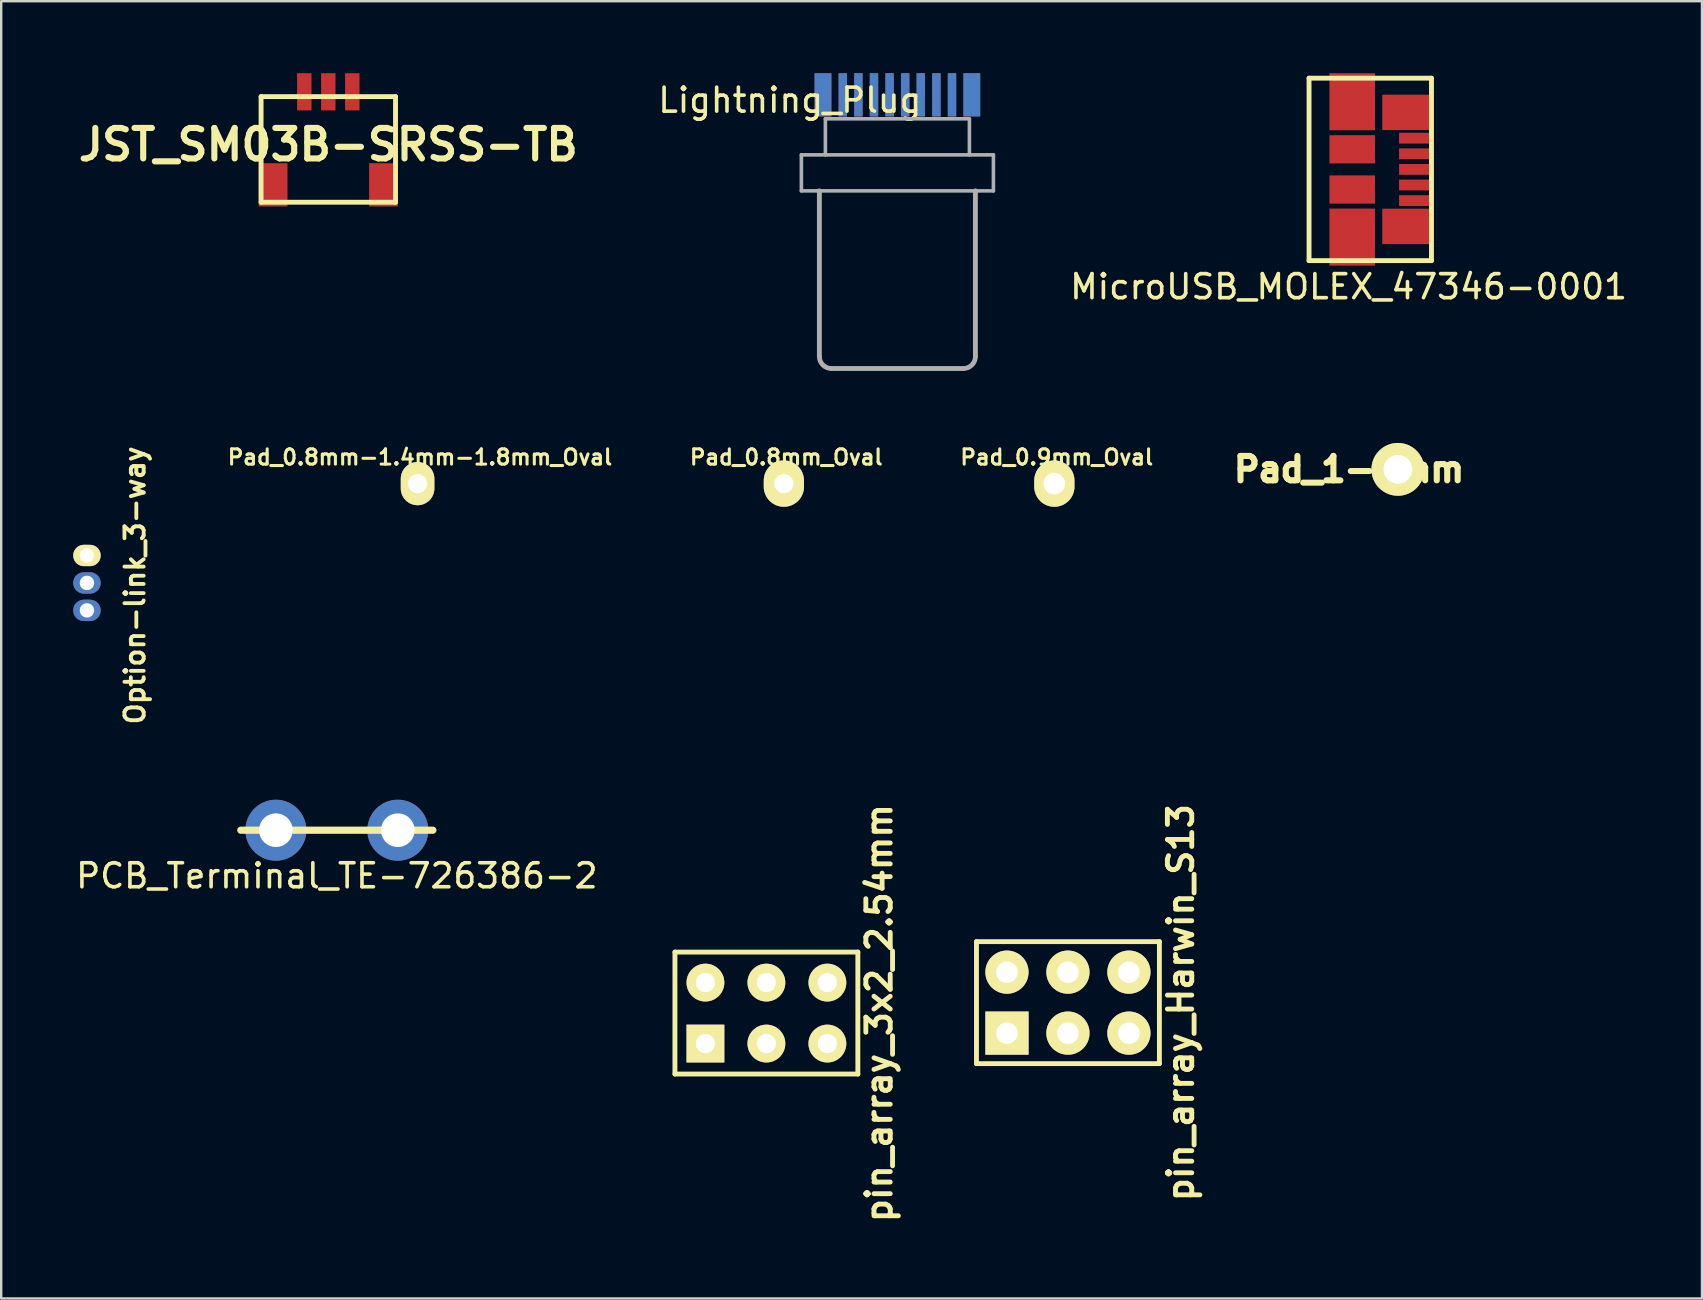
<source format=kicad_pcb>
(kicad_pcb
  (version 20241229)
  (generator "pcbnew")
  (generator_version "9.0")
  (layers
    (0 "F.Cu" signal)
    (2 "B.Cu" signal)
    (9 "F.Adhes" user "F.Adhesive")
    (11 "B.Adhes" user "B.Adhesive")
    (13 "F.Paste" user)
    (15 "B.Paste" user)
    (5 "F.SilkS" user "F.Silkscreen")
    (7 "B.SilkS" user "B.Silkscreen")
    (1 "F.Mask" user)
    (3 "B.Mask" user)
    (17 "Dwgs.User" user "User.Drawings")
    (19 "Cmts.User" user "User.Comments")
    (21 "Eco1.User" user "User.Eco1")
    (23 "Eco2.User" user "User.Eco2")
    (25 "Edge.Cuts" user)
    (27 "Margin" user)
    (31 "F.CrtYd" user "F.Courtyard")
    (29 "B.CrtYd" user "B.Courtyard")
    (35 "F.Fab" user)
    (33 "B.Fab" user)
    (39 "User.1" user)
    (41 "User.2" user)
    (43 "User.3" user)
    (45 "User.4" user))
  (footprint "JST_SM03B-SRSS-TB"
    (layer "F.Cu")
    (at 10.626 1.775)
    (property "Reference" "JST_SM03B-SRSS-TB" (at 0 1.2 0) (layer "F.SilkS") (effects (font (size 1.27 1.27) (thickness 0.254))))
    (attr through_hole)
    (fp_line (start -2.8 -0.8) (end 2.8 -0.8) (stroke (width 0.203) (type solid)) (layer "F.SilkS"))
    (fp_line (start -2.8 3.6) (end -2.8 -0.8) (stroke (width 0.203) (type solid)) (layer "F.SilkS"))
    (fp_line (start 2.8 -0.8) (end 2.8 3.6) (stroke (width 0.203) (type solid)) (layer "F.SilkS"))
    (fp_line (start 2.8 3.6) (end -2.8 3.6) (stroke (width 0.203) (type solid)) (layer "F.SilkS"))
    (pad "1" smd rect (at -1 -1) (size 0.6 1.55) (layers "F.Cu" "F.Mask" "F.Paste"))
    (pad "2" smd rect (at 0 -1) (size 0.6 1.55) (layers "F.Cu" "F.Mask" "F.Paste"))
    (pad "3" smd rect (at 1 -1) (size 0.6 1.55) (layers "F.Cu" "F.Mask" "F.Paste"))
    (pad "4" smd rect (at -2.3 2.875) (size 1.2 1.8) (layers "F.Cu" "F.Mask" "F.Paste"))
    (pad "5" smd rect (at 2.3 2.875) (size 1.2 1.8) (layers "F.Cu" "F.Mask" "F.Paste")))
  (footprint "pin_array_3x2_2.54mm"
    (layer "F.Cu")
    (at 28.876 39.152)
    (property "Reference" "pin_array_3x2_2.54mm" (at 4.699 0 90) (layer "F.SilkS") (effects (font (size 1.016 1.016) (thickness 0.203))))
    (attr through_hole)
    (fp_line (start -3.81 -2.54) (end 3.81 -2.54) (stroke (width 0.203) (type solid)) (layer "F.SilkS"))
    (fp_line (start -3.81 2.54) (end -3.81 -2.54) (stroke (width 0.203) (type solid)) (layer "F.SilkS"))
    (fp_line (start 3.81 -2.54) (end 3.81 2.54) (stroke (width 0.203) (type solid)) (layer "F.SilkS"))
    (fp_line (start 3.81 2.54) (end -3.81 2.54) (stroke (width 0.203) (type solid)) (layer "F.SilkS"))
    (pad "1" thru_hole rect (at -2.54 1.27) (size 1.575 1.575) (drill 0.8) (layers "*.Cu" "*.Mask" "F.SilkS"))
    (pad "2" thru_hole circle (at -2.54 -1.27) (size 1.575 1.575) (drill 0.8) (layers "*.Cu" "*.Mask" "F.SilkS"))
    (pad "3" thru_hole circle (at 0 1.27) (size 1.575 1.575) (drill 0.8) (layers "*.Cu" "*.Mask" "F.SilkS"))
    (pad "4" thru_hole circle (at 0 -1.27) (size 1.575 1.575) (drill 0.8) (layers "*.Cu" "*.Mask" "F.SilkS"))
    (pad "5" thru_hole circle (at 2.54 1.27) (size 1.575 1.575) (drill 0.8) (layers "*.Cu" "*.Mask" "F.SilkS"))
    (pad "6" thru_hole circle (at 2.54 -1.27) (size 1.575 1.575) (drill 0.8) (layers "*.Cu" "*.Mask" "F.SilkS")))
  (footprint "Pad_0.8mm-1.4mm-1.8mm_Oval"
    (layer "F.Cu")
    (at 14.345 17.096)
    (property "Reference" "Pad_0.8mm-1.4mm-1.8mm_Oval" (at 0.1 -1.1 0) (layer "F.SilkS") (effects (font (size 0.635 0.635) (thickness 0.127))))
    (attr through_hole)
    (pad "1" thru_hole oval (at 0 0) (size 1.4 1.8) (drill 0.8) (layers "*.Cu" "*.Mask" "F.SilkS")))
  (footprint "Pad_1-2mm"
    (layer "F.Cu")
    (at 55.181 16.502)
    (property "Reference" "Pad_1-2mm" (at -2.032 0 0) (layer "F.SilkS") (effects (font (size 1.016 1.016) (thickness 0.254))))
    (attr through_hole)
    (pad "1" thru_hole circle (at 0 0) (size 2.2 2.2) (drill 1.2) (layers "*.Cu" "*.Mask" "F.SilkS")))
  (footprint "Pad_0.8mm_Oval"
    (layer "F.Cu")
    (at 29.604 17.096)
    (property "Reference" "Pad_0.8mm_Oval" (at 0.1 -1.1 0) (layer "F.SilkS") (effects (font (size 0.635 0.635) (thickness 0.127))))
    (attr through_hole)
    (pad "1" thru_hole oval (at 0 0) (size 1.676 1.93) (drill 0.8) (layers "*.Cu" "*.Mask" "F.SilkS")))
  (footprint "MicroUSB_MOLEX_47346-0001"
    (layer "F.Cu")
    (at 53.281 4.007)
    (property "Reference" "MicroUSB_MOLEX_47346-0001" (at -0.152 4.887 0) (layer "F.SilkS") (effects (font (size 1 1) (thickness 0.15))))
    (attr through_hole)
    (fp_line (start -1.8 -3.8) (end -1.8 3.8) (stroke (width 0.203) (type solid)) (layer "F.SilkS"))
    (fp_line (start -1.8 3.8) (end 3.3 3.8) (stroke (width 0.203) (type solid)) (layer "F.SilkS"))
    (fp_line (start 3.3 -3.8) (end -1.8 -3.8) (stroke (width 0.203) (type solid)) (layer "F.SilkS"))
    (fp_line (start 3.3 3.8) (end 3.3 -3.8) (stroke (width 0.203) (type solid)) (layer "F.SilkS"))
    (pad "1" smd rect (at 2.65 -1.3) (size 1.4 0.45) (layers "F.Cu" "F.Mask" "F.Paste"))
    (pad "2" smd rect (at 2.65 -0.65) (size 1.4 0.45) (layers "F.Cu" "F.Mask" "F.Paste"))
    (pad "3" smd rect (at 2.65 0) (size 1.4 0.45) (layers "F.Cu" "F.Mask" "F.Paste"))
    (pad "4" smd rect (at 2.65 0.65) (size 1.4 0.45) (layers "F.Cu" "F.Mask" "F.Paste"))
    (pad "5" smd rect (at 2.65 1.3) (size 1.4 0.45) (layers "F.Cu" "F.Mask" "F.Paste"))
    (pad "6" smd rect (at 0 -2.819) (size 1.9 2.375) (layers "F.Cu" "F.Mask" "F.Paste"))
    (pad "6" smd rect (at 0 -0.838) (size 1.9 1.175) (layers "F.Cu" "F.Mask" "F.Paste"))
    (pad "6" smd rect (at 0 0.838) (size 1.9 1.175) (layers "F.Cu" "F.Mask" "F.Paste"))
    (pad "6" smd rect (at 0 2.819) (size 1.9 2.375) (layers "F.Cu" "F.Mask" "F.Paste"))
    (pad "6" smd rect (at 2.3 -2.375) (size 2.1 1.475) (layers "F.Cu" "F.Mask" "F.Paste"))
    (pad "6" smd rect (at 2.3 2.375) (size 2.1 1.475) (layers "F.Cu" "F.Mask" "F.Paste")))
  (footprint "pin_array_Harwin_S13"
    (layer "F.Cu")
    (at 41.437 38.717)
    (property "Reference" "pin_array_Harwin_S13" (at 4.699 0 90) (layer "F.SilkS") (effects (font (size 1.016 1.016) (thickness 0.203))))
    (attr through_hole)
    (fp_line (start -3.81 -2.54) (end 3.81 -2.54) (stroke (width 0.203) (type solid)) (layer "F.SilkS"))
    (fp_line (start -3.81 2.54) (end -3.81 -2.54) (stroke (width 0.203) (type solid)) (layer "F.SilkS"))
    (fp_line (start 3.81 -2.54) (end 3.81 2.54) (stroke (width 0.203) (type solid)) (layer "F.SilkS"))
    (fp_line (start 3.81 2.54) (end -3.81 2.54) (stroke (width 0.203) (type solid)) (layer "F.SilkS"))
    (pad "1" thru_hole rect (at -2.54 1.27) (size 1.8 1.8) (drill 0.9) (layers "*.Cu" "*.Mask" "F.SilkS"))
    (pad "2" thru_hole circle (at -2.54 -1.27) (size 1.8 1.8) (drill 0.9) (layers "*.Cu" "*.Mask" "F.SilkS"))
    (pad "3" thru_hole circle (at 0 1.27) (size 1.8 1.8) (drill 0.9) (layers "*.Cu" "*.Mask" "F.SilkS"))
    (pad "4" thru_hole circle (at 0 -1.27) (size 1.8 1.8) (drill 0.9) (layers "*.Cu" "*.Mask" "F.SilkS"))
    (pad "5" thru_hole circle (at 2.54 1.27) (size 1.8 1.8) (drill 0.9) (layers "*.Cu" "*.Mask" "F.SilkS"))
    (pad "6" thru_hole circle (at 2.54 -1.27) (size 1.8 1.8) (drill 0.9) (layers "*.Cu" "*.Mask" "F.SilkS")))
  (footprint "Pad_0.9mm_Oval"
    (layer "F.Cu")
    (at 40.871 17.096)
    (property "Reference" "Pad_0.9mm_Oval" (at 0.1 -1.1 0) (layer "F.SilkS") (effects (font (size 0.635 0.635) (thickness 0.127))))
    (attr through_hole)
    (pad "1" thru_hole oval (at 0 0) (size 1.676 1.93) (drill 0.9) (layers "*.Cu" "*.Mask" "F.SilkS")))
  (footprint "PCB_Terminal_TE-726386-2"
    (layer "F.Cu")
    (at 10.982 31.534)
    (property "Reference" "PCB_Terminal_TE-726386-2" (at 0 1.9 0) (layer "F.SilkS") (effects (font (size 1 1) (thickness 0.15))))
    (attr through_hole)
    (fp_line (start -4 0) (end 4 0) (stroke (width 0.3) (type solid)) (layer "F.SilkS"))
    (pad "1" thru_hole circle (at -2.54 0) (size 2.54 2.54) (drill 1.4) (layers "*.Cu" "*.Mask"))
    (pad "1" thru_hole circle (at 2.54 0) (size 2.54 2.54) (drill 1.4) (layers "*.Cu" "*.Mask")))
  (footprint "Option-link_3-way"
    (layer "F.Cu")
    (at 0.572 21.233)
    (property "Reference" "Option-link_3-way" (at 2 0.1 90) (layer "F.SilkS") (effects (font (size 0.8 0.8) (thickness 0.16))))
    (attr through_hole)
    (pad "1" thru_hole oval (at 0 -1.143) (size 1.143 0.889) (drill 0.6) (layers "*.Cu" "*.Mask" "F.SilkS"))
    (pad "2" thru_hole oval (at 0 0) (size 1.143 0.889) (drill 0.6) (layers "*.Cu" "*.Mask"))
    (pad "3" thru_hole oval (at 0 1.143) (size 1.143 0.889) (drill 0.6) (layers "*.Cu" "*.Mask")))
  (footprint "Lightning_Plug"
    (layer "F.Cu")
    (at 34.333 0.9)
    (property "Reference" "Lightning_Plug" (at -4.481 0.225 0) (layer "F.SilkS") (effects (font (size 1 1) (thickness 0.15))))
    (attr through_hole)
    (fp_line (start -4 2.5) (end 4 2.5) (stroke (width 0.15) (type solid)) (layer "F.Fab"))
    (fp_line (start -4 4) (end -4 2.5) (stroke (width 0.15) (type solid)) (layer "F.Fab"))
    (fp_line (start -3.25 10.9) (end -3.25 4) (stroke (width 0.203) (type solid)) (layer "F.Fab"))
    (fp_line (start -3 1) (end 3 1) (stroke (width 0.15) (type solid)) (layer "F.Fab"))
    (fp_line (start -3 2.5) (end -3 1) (stroke (width 0.15) (type solid)) (layer "F.Fab"))
    (fp_line (start -2.75 11.4) (end 2.75 11.4) (stroke (width 0.203) (type solid)) (layer "F.Fab"))
    (fp_line (start 3 1) (end 3 2.5) (stroke (width 0.15) (type solid)) (layer "F.Fab"))
    (fp_line (start 3.25 4) (end 3.25 10.9) (stroke (width 0.203) (type solid)) (layer "F.Fab"))
    (fp_line (start 4 2.5) (end 4 4) (stroke (width 0.15) (type solid)) (layer "F.Fab"))
    (fp_line (start 4 4) (end -4 4) (stroke (width 0.15) (type solid)) (layer "F.Fab"))
    (fp_arc (start -2.75 11.4) (mid -3.103553 11.253553) (end -3.25 10.9) (stroke (width 0.2) (type solid)) (layer "F.Fab"))
    (fp_arc (start 3.25 10.9) (mid 3.103553 11.253553) (end 2.75 11.4) (stroke (width 0.2) (type solid)) (layer "F.Fab"))
    (pad "A1" smd rect (at -2.275 0) (size 0.35 1.8) (layers "F.Cu" "F.Mask" "F.Paste"))
    (pad "A2" smd rect (at -1.625 0) (size 0.35 1.8) (layers "F.Cu" "F.Mask" "F.Paste"))
    (pad "A3" smd rect (at -0.975 0) (size 0.35 1.8) (layers "F.Cu" "F.Mask" "F.Paste"))
    (pad "A4" smd rect (at -0.325 0) (size 0.35 1.8) (layers "F.Cu" "F.Mask" "F.Paste"))
    (pad "A5" smd rect (at 0.325 0) (size 0.35 1.8) (layers "F.Cu" "F.Mask" "F.Paste"))
    (pad "A6" smd rect (at 0.975 0) (size 0.35 1.8) (layers "F.Cu" "F.Mask" "F.Paste"))
    (pad "A7" smd rect (at 1.625 0) (size 0.35 1.8) (layers "F.Cu" "F.Mask" "F.Paste"))
    (pad "A8" smd rect (at 2.275 0) (size 0.35 1.8) (layers "F.Cu" "F.Mask" "F.Paste"))
    (pad "B1" smd rect (at -2.275 0) (size 0.35 1.8) (layers "B.Cu" "B.Mask" "B.Paste"))
    (pad "B2" smd rect (at -1.625 0) (size 0.35 1.8) (layers "B.Cu" "B.Mask" "B.Paste"))
    (pad "B3" smd rect (at -0.975 0) (size 0.35 1.8) (layers "B.Cu" "B.Mask" "B.Paste"))
    (pad "B4" smd rect (at -0.325 0) (size 0.35 1.8) (layers "B.Cu" "B.Mask" "B.Paste"))
    (pad "B5" smd rect (at 0.325 0) (size 0.35 1.8) (layers "B.Cu" "B.Mask" "B.Paste"))
    (pad "B6" smd rect (at 0.975 0) (size 0.35 1.8) (layers "B.Cu" "B.Mask" "B.Paste"))
    (pad "B7" smd rect (at 1.625 0) (size 0.35 1.8) (layers "B.Cu" "B.Mask" "B.Paste"))
    (pad "B8" smd rect (at 2.275 0) (size 0.35 1.8) (layers "B.Cu" "B.Mask" "B.Paste"))
    (pad "L" smd rect (at -3.1 0) (size 0.7 1.8) (layers "F.Cu" "F.Mask" "F.Paste"))
    (pad "L" smd rect (at -3.1 0) (size 0.7 1.8) (layers "B.Cu" "B.Mask" "B.Paste"))
    (pad "L" smd rect (at 3.1 0) (size 0.7 1.8) (layers "F.Cu" "F.Mask" "F.Paste"))
    (pad "L" smd rect (at 3.1 0) (size 0.7 1.8) (layers "B.Cu" "B.Mask" "B.Paste")))
  (gr_rect
    (start -3 -3)
    (end 67.849 51.04)
    (stroke (width 0.1) (type default))
    (fill no)
    (layer "Edge.Cuts")))
</source>
